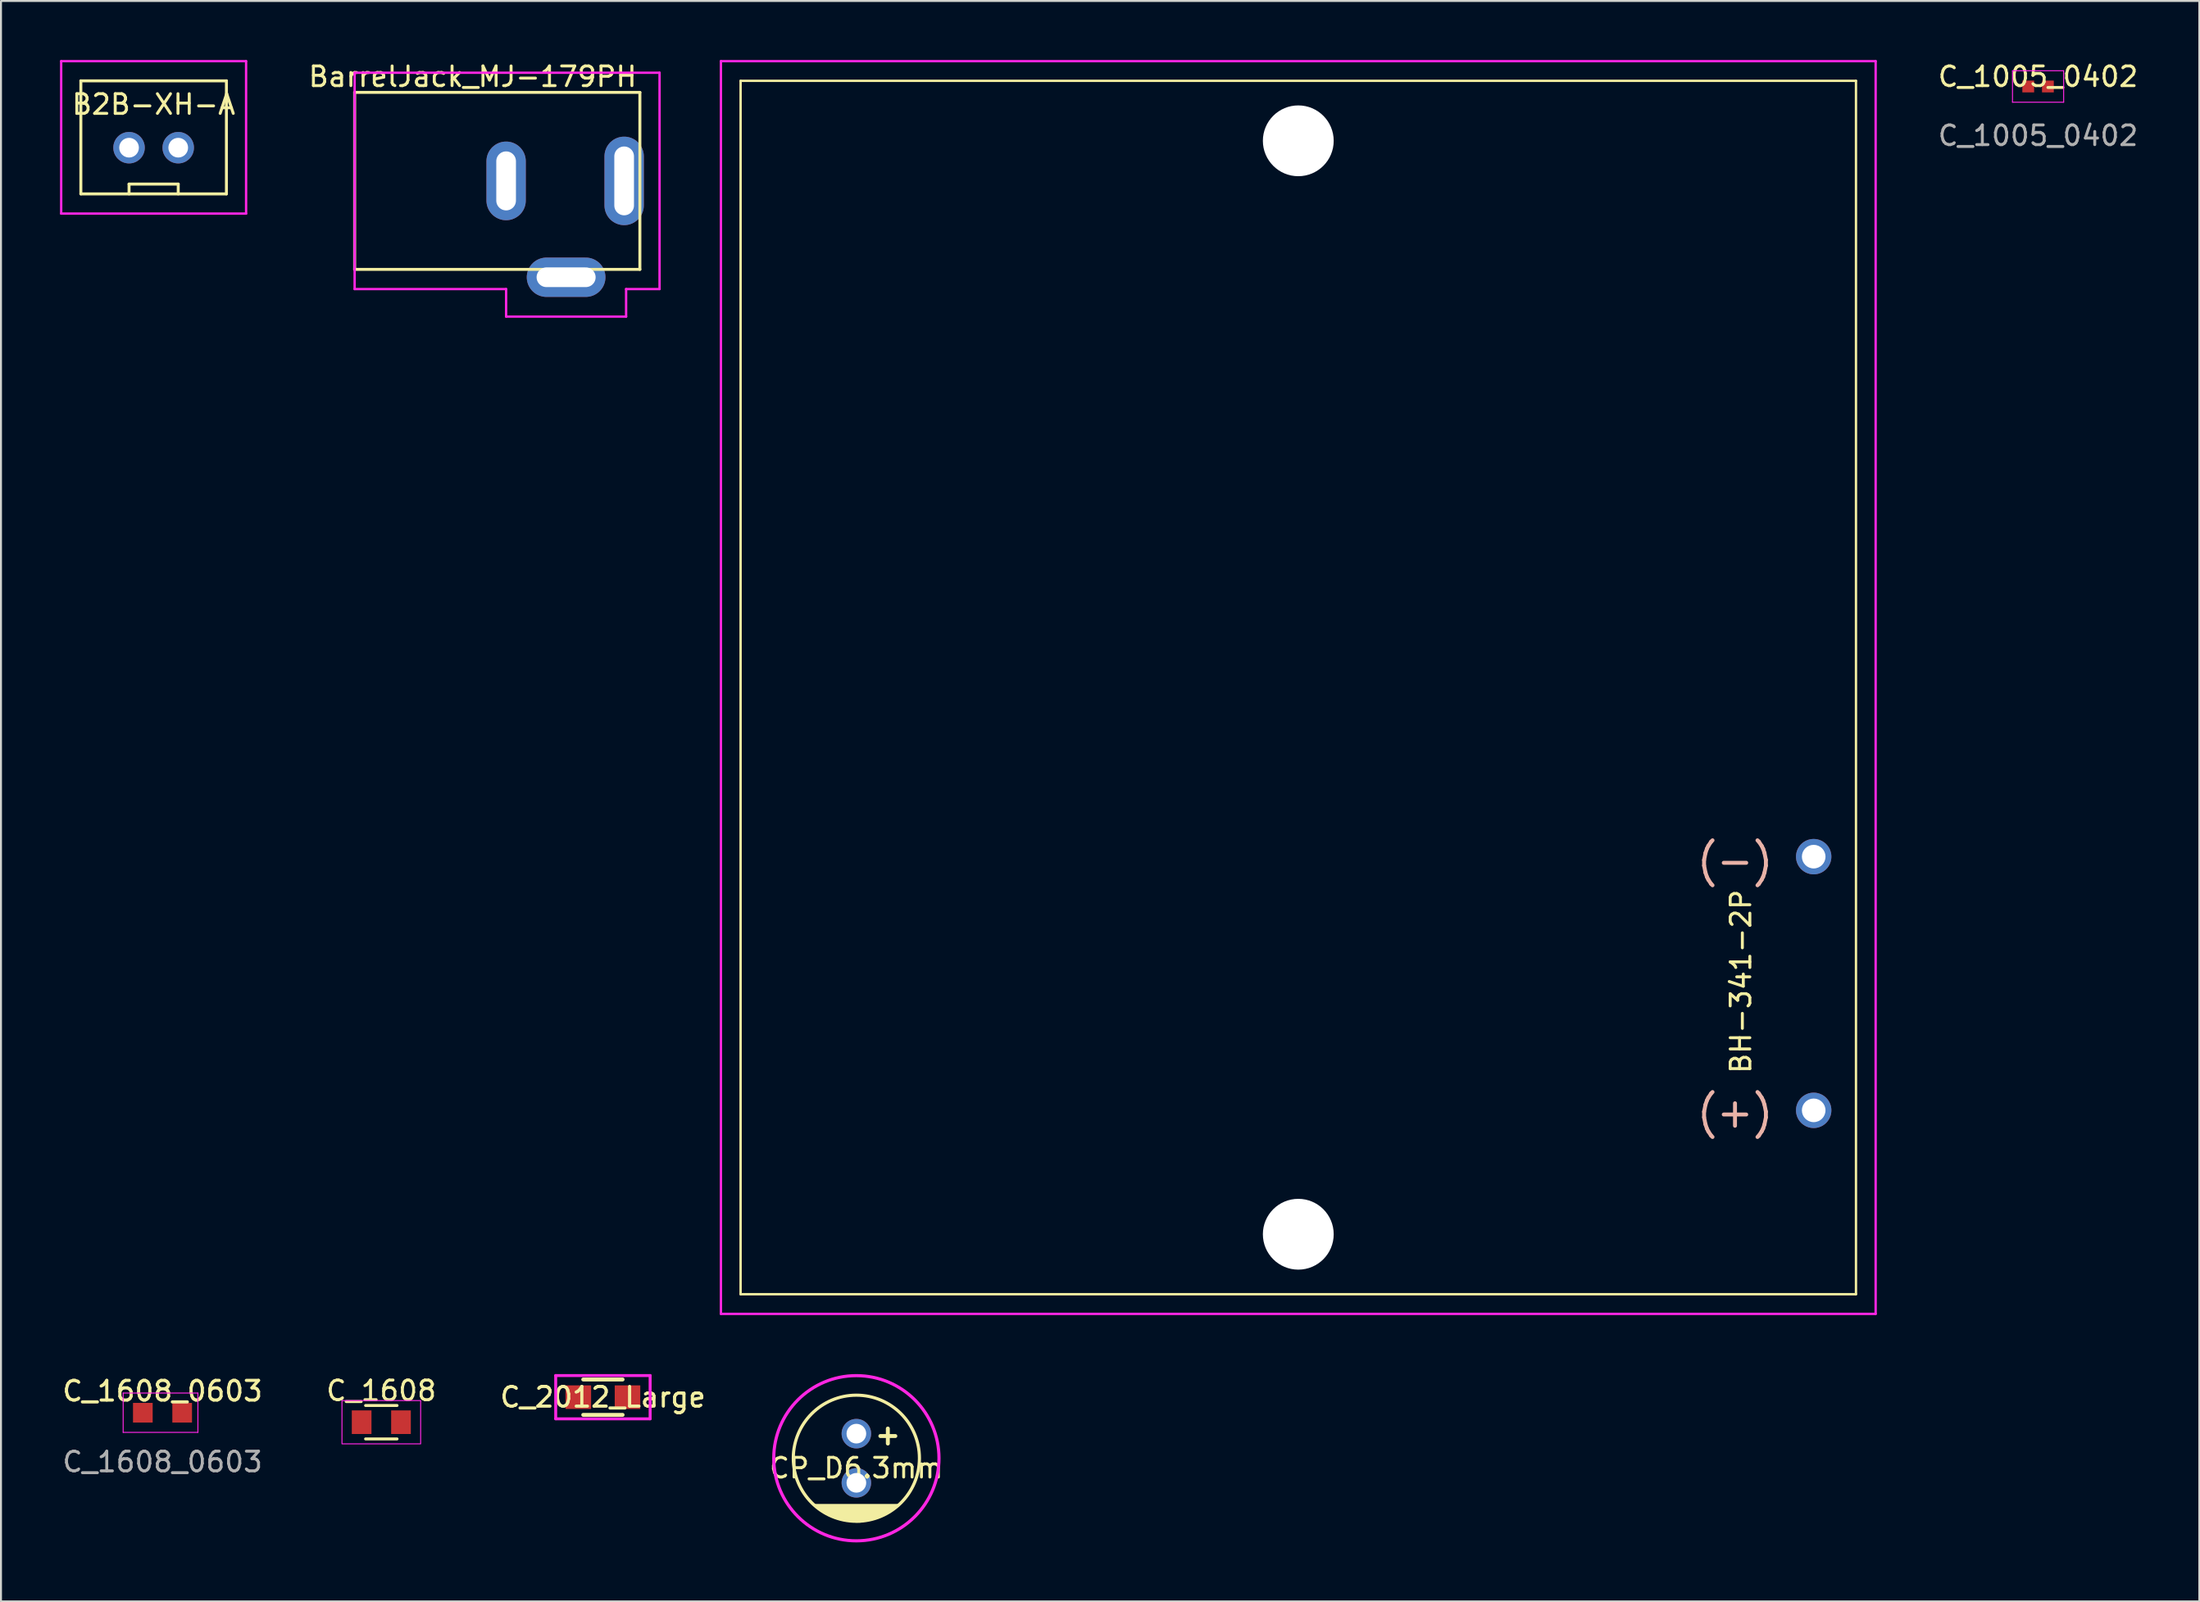
<source format=kicad_pcb>
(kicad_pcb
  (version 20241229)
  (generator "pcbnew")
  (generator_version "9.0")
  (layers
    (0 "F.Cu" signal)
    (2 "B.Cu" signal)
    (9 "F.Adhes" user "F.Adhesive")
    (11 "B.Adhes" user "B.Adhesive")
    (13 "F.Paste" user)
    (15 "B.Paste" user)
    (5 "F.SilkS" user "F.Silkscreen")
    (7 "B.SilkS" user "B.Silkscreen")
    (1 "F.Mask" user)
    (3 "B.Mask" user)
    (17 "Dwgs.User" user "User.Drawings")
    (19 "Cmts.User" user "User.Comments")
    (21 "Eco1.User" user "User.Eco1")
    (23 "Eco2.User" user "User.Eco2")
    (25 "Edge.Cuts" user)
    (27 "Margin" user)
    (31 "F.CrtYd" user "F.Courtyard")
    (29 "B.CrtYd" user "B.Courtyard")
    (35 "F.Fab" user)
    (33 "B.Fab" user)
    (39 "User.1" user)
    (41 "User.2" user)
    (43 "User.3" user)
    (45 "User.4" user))
  (footprint "B2B-XH-A"
    (layer "F.Cu")
    (at 4.76 4.46)
    (property "Reference" "B2B-XH-A" (at 0 -2.2 0) (layer "F.SilkS") (effects (font (size 1 1) (thickness 0.15))))
    (attr through_hole)
    (fp_line (start -3.7 -3.4) (end 3.7 -3.4) (stroke (width 0.15) (type solid)) (layer "F.SilkS"))
    (fp_line (start -3.7 2.35) (end -3.7 -3.4) (stroke (width 0.15) (type solid)) (layer "F.SilkS"))
    (fp_line (start -1.25 1.85) (end 1.25 1.85) (stroke (width 0.15) (type solid)) (layer "F.SilkS"))
    (fp_line (start -1.25 2.35) (end -1.25 1.85) (stroke (width 0.15) (type solid)) (layer "F.SilkS"))
    (fp_line (start 1.25 1.85) (end 1.25 2.35) (stroke (width 0.15) (type solid)) (layer "F.SilkS"))
    (fp_line (start 3.7 -3.4) (end 3.7 2.35) (stroke (width 0.15) (type solid)) (layer "F.SilkS"))
    (fp_line (start 3.7 2.35) (end -3.7 2.35) (stroke (width 0.15) (type solid)) (layer "F.SilkS"))
    (fp_line (start -4.7 -4.4) (end 4.7 -4.4) (stroke (width 0.12) (type solid)) (layer "F.CrtYd"))
    (fp_line (start -4.7 3.35) (end -4.7 -4.4) (stroke (width 0.12) (type solid)) (layer "F.CrtYd"))
    (fp_line (start 4.7 -4.4) (end 4.7 3.35) (stroke (width 0.12) (type solid)) (layer "F.CrtYd"))
    (fp_line (start 4.7 3.35) (end -4.7 3.35) (stroke (width 0.12) (type solid)) (layer "F.CrtYd"))
    (pad "1" thru_hole circle (at 1.25 0) (size 1.6 1.6) (drill 1) (layers "*.Cu" "*.Mask"))
    (pad "2" thru_hole circle (at -1.25 0) (size 1.6 1.6) (drill 1) (layers "*.Cu" "*.Mask")))
  (footprint "C_1608_0603"
    (layer "F.Cu")
    (at 5.211 68.786)
    (property "Reference" "C_1608_0603" (at 0 -1.1 0) (unlocked yes) (layer "F.SilkS") (effects (font (size 1 1) (thickness 0.16))))
    (attr smd)
    (fp_line (start -2 -1) (end 1.8 -1) (stroke (width 0.05) (type default)) (layer "F.CrtYd"))
    (fp_line (start -2 1) (end -2 -1) (stroke (width 0.05) (type default)) (layer "F.CrtYd"))
    (fp_line (start 1.8 -1) (end 1.8 1) (stroke (width 0.05) (type default)) (layer "F.CrtYd"))
    (fp_line (start 1.8 1) (end -2 1) (stroke (width 0.05) (type default)) (layer "F.CrtYd"))
    (fp_text user "${REFERENCE}" (at 0 2.5 0) (unlocked yes) (layer "F.Fab") (effects (font (size 1 1) (thickness 0.15))))
    (pad "1" smd rect (at -1 0) (size 1 1) (layers "F.Cu" "F.Mask" "F.Paste"))
    (pad "2" smd rect (at 1 0) (size 1 1) (layers "F.Cu" "F.Mask" "F.Paste")))
  (footprint "C_1005_0402"
    (layer "F.Cu")
    (at 100.555 1.348)
    (property "Reference" "C_1005_0402" (at 0 -0.5 0) (unlocked yes) (layer "F.SilkS") (effects (font (size 1 1) (thickness 0.15))))
    (attr smd)
    (fp_line (start -1.3 -0.8) (end 1.3 -0.8) (stroke (width 0.05) (type default)) (layer "F.CrtYd"))
    (fp_line (start -1.3 0.8) (end -1.3 -0.8) (stroke (width 0.05) (type default)) (layer "F.CrtYd"))
    (fp_line (start 1.3 -0.8) (end 1.3 0.8) (stroke (width 0.05) (type default)) (layer "F.CrtYd"))
    (fp_line (start 1.3 0.8) (end -1.3 0.8) (stroke (width 0.05) (type default)) (layer "F.CrtYd"))
    (fp_text user "${REFERENCE}" (at 0 2.5 0) (unlocked yes) (layer "F.Fab") (effects (font (size 1 1) (thickness 0.15))))
    (pad "1" smd rect (at -0.5 0) (size 0.6 0.6) (layers "F.Cu" "F.Mask" "F.Paste"))
    (pad "2" smd rect (at 0.5 0) (size 0.6 0.6) (layers "F.Cu" "F.Mask" "F.Paste")))
  (footprint "BarrelJack_MJ-179PH"
    (layer "F.Cu")
    (at 14.978 6.148)
    (property "Reference" "BarrelJack_MJ-179PH" (at 6 -5.3 0) (layer "F.SilkS") (effects (font (size 1 1) (thickness 0.15))))
    (attr through_hole)
    (fp_line (start 0 -4.5) (end 14.5 -4.5) (stroke (width 0.15) (type solid)) (layer "F.SilkS"))
    (fp_line (start 0 4.5) (end 0 -4.5) (stroke (width 0.15) (type solid)) (layer "F.SilkS"))
    (fp_line (start 14.5 -4.5) (end 14.5 4.5) (stroke (width 0.15) (type solid)) (layer "F.SilkS"))
    (fp_line (start 14.5 4.5) (end 0 4.5) (stroke (width 0.15) (type solid)) (layer "F.SilkS"))
    (fp_line (start 0 -5.5) (end 15.5 -5.5) (stroke (width 0.12) (type solid)) (layer "F.CrtYd"))
    (fp_line (start 0 5.5) (end 0 -5.5) (stroke (width 0.12) (type solid)) (layer "F.CrtYd"))
    (fp_line (start 7.7 5.5) (end 0 5.5) (stroke (width 0.12) (type solid)) (layer "F.CrtYd"))
    (fp_line (start 7.7 5.5) (end 7.7 6.9) (stroke (width 0.12) (type solid)) (layer "F.CrtYd"))
    (fp_line (start 7.7 6.9) (end 13.8 6.9) (stroke (width 0.12) (type solid)) (layer "F.CrtYd"))
    (fp_line (start 13.8 6.9) (end 13.8 5.5) (stroke (width 0.12) (type solid)) (layer "F.CrtYd"))
    (fp_line (start 15.5 -5.5) (end 15.5 5.5) (stroke (width 0.12) (type solid)) (layer "F.CrtYd"))
    (fp_line (start 15.5 5.5) (end 13.8 5.5) (stroke (width 0.12) (type solid)) (layer "F.CrtYd"))
    (pad "1" thru_hole oval (at 13.7 0) (size 2 4.5) (drill oval 1 3.5) (layers "*.Cu" "*.Mask"))
    (pad "2" thru_hole oval (at 7.7 0) (size 2 4) (drill oval 1 3) (layers "*.Cu" "*.Mask"))
    (pad "3" thru_hole oval (at 10.75 4.9 90) (size 2 4) (drill oval 1 3) (layers "*.Cu" "*.Mask")))
  (footprint "C_1608"
    (layer "F.Cu")
    (at 16.334 69.268)
    (property "Reference" "C_1608" (at 0 -1.6 0) (unlocked yes) (layer "F.SilkS") (effects (font (size 1 1) (thickness 0.15))))
    (attr smd)
    (fp_line (start -0.8 -0.85) (end 0.8 -0.85) (stroke (width 0.15) (type solid)) (layer "F.SilkS"))
    (fp_line (start 0.8 0.85) (end -0.8 0.85) (stroke (width 0.15) (type solid)) (layer "F.SilkS"))
    (fp_rect (start -2 1.1) (end 2 -1.1) (stroke (width 0.05) (type solid)) (fill no) (layer "F.CrtYd"))
    (pad "1" smd rect (at -1 0) (size 1 1.2) (layers "F.Cu" "F.Mask" "F.Paste"))
    (pad "2" smd rect (at 1 0) (size 1 1.2) (layers "F.Cu" "F.Mask" "F.Paste")))
  (footprint "CP_D6.3mm"
    (layer "F.Cu")
    (at 40.483 71.1)
    (property "Reference" "CP_D6.3mm" (at 0 0.5 0) (layer "F.SilkS") (effects (font (size 1 1) (thickness 0.15))))
    (attr through_hole)
    (fp_circle (center 0 0) (end 3.206 0) (stroke (width 0.16) (type solid)) (fill no) (layer "F.SilkS"))
    (fp_poly (pts (xy 0 3.2) (xy -1 3) (xy -1.4 2.8) (xy -1.8 2.6) (xy -2.1 2.4) (xy 2.1 2.4) (xy 1.4 2.8) (xy 1 3) (xy 0.2 3.2)) (stroke (width 0.15) (type solid)) (fill yes) (layer "F.SilkS"))
    (fp_circle (center 0 0) (end 4.2 0) (stroke (width 0.16) (type solid)) (fill no) (layer "F.CrtYd"))
    (fp_text user "+" (at 1.6 -1.2 0) (layer "F.SilkS") (effects (font (size 1 1) (thickness 0.2))))
    (pad "1" thru_hole circle (at 0 -1.25) (size 1.5 1.5) (drill 1) (layers "*.Cu" "*.Mask"))
    (pad "2" thru_hole circle (at 0 1.25) (size 1.5 1.5) (drill 1) (layers "*.Cu" "*.Mask")))
  (footprint "BH-341-2P"
    (layer "F.Cu")
    (at 62.948 31.91)
    (property "Reference" "BH-341-2P" (at 22.5 14.95 90) (layer "F.SilkS") (effects (font (size 1 1) (thickness 0.15))))
    (attr through_hole)
    (fp_line (start -28.35 -30.85) (end 28.35 -30.85) (stroke (width 0.12) (type solid)) (layer "F.SilkS"))
    (fp_line (start -28.35 30.85) (end -28.35 -30.85) (stroke (width 0.12) (type solid)) (layer "F.SilkS"))
    (fp_line (start 28.35 -30.85) (end 28.35 30.85) (stroke (width 0.12) (type solid)) (layer "F.SilkS"))
    (fp_line (start 28.35 30.85) (end -28.35 30.85) (stroke (width 0.12) (type solid)) (layer "F.SilkS"))
    (fp_line (start -29.35 -31.85) (end 29.35 -31.85) (stroke (width 0.12) (type solid)) (layer "F.CrtYd"))
    (fp_line (start -29.35 31.85) (end -29.35 -31.85) (stroke (width 0.12) (type solid)) (layer "F.CrtYd"))
    (fp_line (start 29.35 -31.85) (end 29.35 31.85) (stroke (width 0.12) (type solid)) (layer "F.CrtYd"))
    (fp_line (start 29.35 31.85) (end -29.35 31.85) (stroke (width 0.12) (type solid)) (layer "F.CrtYd"))
    (fp_text user "(-)" (at 22.2 8.8 0) (layer "B.SilkS") (effects (font (size 1.5 1.5) (thickness 0.2))))
    (fp_text user "(+)" (at 22.2 21.6 0) (layer "B.SilkS") (effects (font (size 1.5 1.5) (thickness 0.2))))
    (pad "" np_thru_hole circle (at 0 -27.8) (size 3.6 3.6) (drill 3.6) (layers "*.Cu" "*.Mask"))
    (pad "" np_thru_hole circle (at 0 27.8) (size 3.6 3.6) (drill 3.6) (layers "*.Cu" "*.Mask"))
    (pad "1" thru_hole circle (at 26.2 21.5) (size 1.8 1.8) (drill 1.2) (layers "*.Cu" "*.Mask"))
    (pad "2" thru_hole circle (at 26.2 8.6) (size 1.8 1.8) (drill 1.2) (layers "*.Cu" "*.Mask")))
  (footprint "C_2012_Large"
    (layer "F.Cu")
    (at 27.599 67.995)
    (property "Reference" "C_2012_Large" (at 0 0 0) (layer "F.SilkS") (effects (font (size 1 1) (thickness 0.16))))
    (attr through_hole)
    (fp_line (start -1 -0.9) (end 1 -0.9) (stroke (width 0.2) (type solid)) (layer "F.SilkS"))
    (fp_line (start -1 0.9) (end 1 0.9) (stroke (width 0.2) (type solid)) (layer "F.SilkS"))
    (fp_line (start -2.4 -1.1) (end 2.4 -1.1) (stroke (width 0.15) (type solid)) (layer "F.CrtYd"))
    (fp_line (start -2.4 1.1) (end -2.4 -1.1) (stroke (width 0.15) (type solid)) (layer "F.CrtYd"))
    (fp_line (start 2.4 -1.1) (end 2.4 1.1) (stroke (width 0.15) (type solid)) (layer "F.CrtYd"))
    (fp_line (start 2.4 1.1) (end -2.4 1.1) (stroke (width 0.15) (type solid)) (layer "F.CrtYd"))
    (pad "1" smd rect (at -1 0) (size 1.3 1.2) (drill (offset -0.25 0)) (layers "F.Cu" "F.Mask" "F.Paste"))
    (pad "2" smd rect (at 1 0) (size 1.3 1.2) (drill (offset 0.25 0)) (layers "F.Cu" "F.Mask" "F.Paste")))
  (gr_rect
    (start -3 -3)
    (end 108.751 78.38)
    (stroke (width 0.1) (type default))
    (fill no)
    (layer "Edge.Cuts")))
</source>
